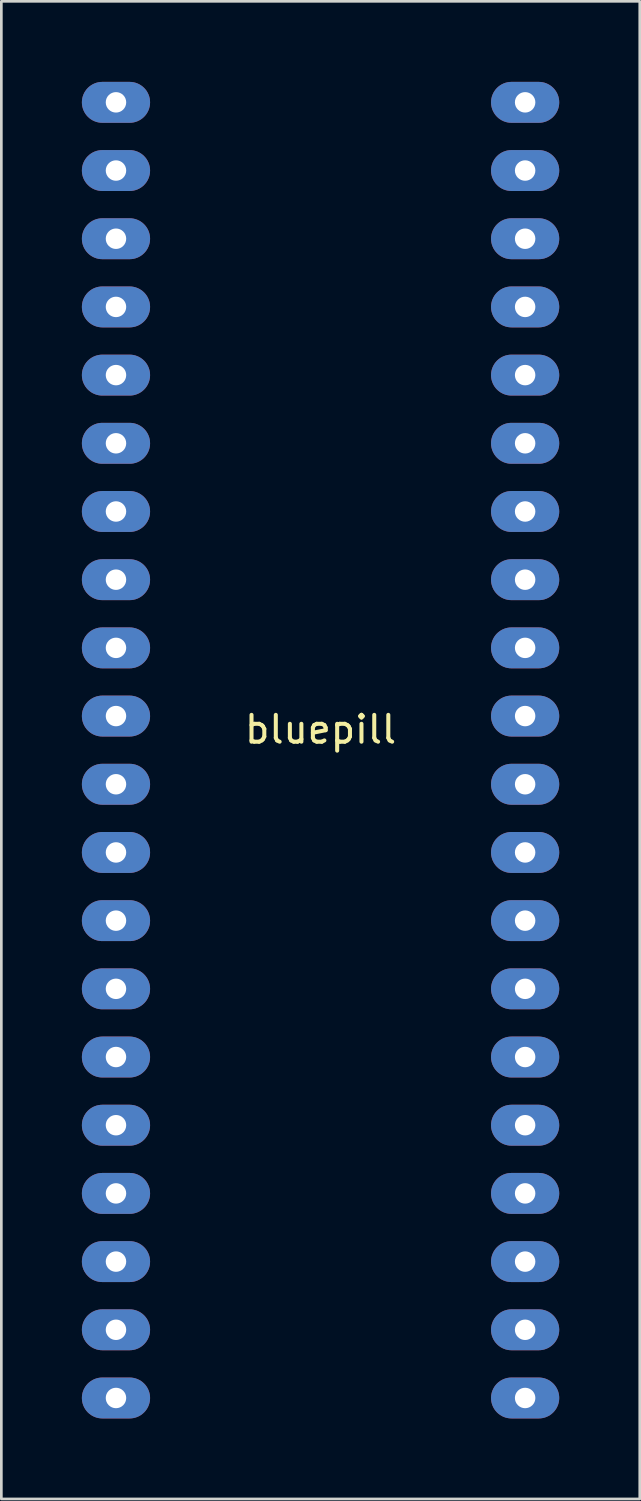
<source format=kicad_pcb>
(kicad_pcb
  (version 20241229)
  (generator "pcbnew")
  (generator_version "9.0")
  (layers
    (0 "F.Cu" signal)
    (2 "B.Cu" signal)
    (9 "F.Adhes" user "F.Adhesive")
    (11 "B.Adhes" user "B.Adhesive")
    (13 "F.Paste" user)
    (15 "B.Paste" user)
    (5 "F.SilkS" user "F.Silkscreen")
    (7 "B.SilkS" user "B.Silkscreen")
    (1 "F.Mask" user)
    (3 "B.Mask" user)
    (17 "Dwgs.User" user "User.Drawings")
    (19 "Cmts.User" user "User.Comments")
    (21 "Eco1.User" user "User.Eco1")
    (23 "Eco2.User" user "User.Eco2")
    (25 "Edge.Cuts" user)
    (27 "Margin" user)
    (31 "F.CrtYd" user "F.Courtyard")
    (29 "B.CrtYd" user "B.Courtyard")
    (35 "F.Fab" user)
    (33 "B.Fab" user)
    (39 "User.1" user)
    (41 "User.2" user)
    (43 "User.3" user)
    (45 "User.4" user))
  (footprint "bluepill"
    (layer "F.Cu")
    (at 8.89 23.622)
    (property "Reference" "bluepill" (at 0 0.5 0) (layer "F.SilkS") (effects (font (size 1 1) (thickness 0.15))))
    (attr through_hole)
    (pad "1" thru_hole oval (at -7.62 -22.86) (size 2.54 1.524) (drill 0.762) (layers "*.Cu" "*.Mask"))
    (pad "2" thru_hole oval (at -7.62 -20.32) (size 2.54 1.524) (drill 0.762) (layers "*.Cu" "*.Mask"))
    (pad "3" thru_hole oval (at -7.62 -17.78) (size 2.54 1.524) (drill 0.762) (layers "*.Cu" "*.Mask"))
    (pad "4" thru_hole oval (at -7.62 -15.24) (size 2.54 1.524) (drill 0.762) (layers "*.Cu" "*.Mask"))
    (pad "5" thru_hole oval (at -7.62 -12.7) (size 2.54 1.524) (drill 0.762) (layers "*.Cu" "*.Mask"))
    (pad "6" thru_hole oval (at -7.62 -10.16) (size 2.54 1.524) (drill 0.762) (layers "*.Cu" "*.Mask"))
    (pad "7" thru_hole oval (at -7.62 -7.62) (size 2.54 1.524) (drill 0.762) (layers "*.Cu" "*.Mask"))
    (pad "8" thru_hole oval (at -7.62 -5.08) (size 2.54 1.524) (drill 0.762) (layers "*.Cu" "*.Mask"))
    (pad "9" thru_hole oval (at -7.62 -2.54) (size 2.54 1.524) (drill 0.762) (layers "*.Cu" "*.Mask"))
    (pad "10" thru_hole oval (at -7.62 0) (size 2.54 1.524) (drill 0.762) (layers "*.Cu" "*.Mask"))
    (pad "11" thru_hole oval (at -7.62 2.54) (size 2.54 1.524) (drill 0.762) (layers "*.Cu" "*.Mask"))
    (pad "12" thru_hole oval (at -7.62 5.08) (size 2.54 1.524) (drill 0.762) (layers "*.Cu" "*.Mask"))
    (pad "13" thru_hole oval (at -7.62 7.62) (size 2.54 1.524) (drill 0.762) (layers "*.Cu" "*.Mask"))
    (pad "14" thru_hole oval (at -7.62 10.16) (size 2.54 1.524) (drill 0.762) (layers "*.Cu" "*.Mask"))
    (pad "15" thru_hole oval (at -7.62 12.7) (size 2.54 1.524) (drill 0.762) (layers "*.Cu" "*.Mask"))
    (pad "16" thru_hole oval (at -7.62 15.24) (size 2.54 1.524) (drill 0.762) (layers "*.Cu" "*.Mask"))
    (pad "17" thru_hole oval (at -7.62 17.78) (size 2.54 1.524) (drill 0.762) (layers "*.Cu" "*.Mask"))
    (pad "18" thru_hole oval (at -7.62 20.32) (size 2.54 1.524) (drill 0.762) (layers "*.Cu" "*.Mask"))
    (pad "19" thru_hole oval (at -7.62 22.86) (size 2.54 1.524) (drill 0.762) (layers "*.Cu" "*.Mask"))
    (pad "20" thru_hole oval (at -7.62 25.4) (size 2.54 1.524) (drill 0.762) (layers "*.Cu" "*.Mask"))
    (pad "21" thru_hole oval (at 7.62 25.4) (size 2.54 1.524) (drill 0.762) (layers "*.Cu" "*.Mask"))
    (pad "22" thru_hole oval (at 7.62 22.86) (size 2.54 1.524) (drill 0.762) (layers "*.Cu" "*.Mask"))
    (pad "23" thru_hole oval (at 7.62 20.32) (size 2.54 1.524) (drill 0.762) (layers "*.Cu" "*.Mask"))
    (pad "24" thru_hole oval (at 7.62 17.78) (size 2.54 1.524) (drill 0.762) (layers "*.Cu" "*.Mask"))
    (pad "25" thru_hole oval (at 7.62 15.24) (size 2.54 1.524) (drill 0.762) (layers "*.Cu" "*.Mask"))
    (pad "26" thru_hole oval (at 7.62 12.7) (size 2.54 1.524) (drill 0.762) (layers "*.Cu" "*.Mask"))
    (pad "27" thru_hole oval (at 7.62 10.16) (size 2.54 1.524) (drill 0.762) (layers "*.Cu" "*.Mask"))
    (pad "28" thru_hole oval (at 7.62 7.62) (size 2.54 1.524) (drill 0.762) (layers "*.Cu" "*.Mask"))
    (pad "29" thru_hole oval (at 7.62 5.08) (size 2.54 1.524) (drill 0.762) (layers "*.Cu" "*.Mask"))
    (pad "30" thru_hole oval (at 7.62 2.54) (size 2.54 1.524) (drill 0.762) (layers "*.Cu" "*.Mask"))
    (pad "31" thru_hole oval (at 7.62 0) (size 2.54 1.524) (drill 0.762) (layers "*.Cu" "*.Mask"))
    (pad "32" thru_hole oval (at 7.62 -2.54) (size 2.54 1.524) (drill 0.762) (layers "*.Cu" "*.Mask"))
    (pad "33" thru_hole oval (at 7.62 -5.08) (size 2.54 1.524) (drill 0.762) (layers "*.Cu" "*.Mask"))
    (pad "34" thru_hole oval (at 7.62 -7.62) (size 2.54 1.524) (drill 0.762) (layers "*.Cu" "*.Mask"))
    (pad "35" thru_hole oval (at 7.62 -10.16) (size 2.54 1.524) (drill 0.762) (layers "*.Cu" "*.Mask"))
    (pad "36" thru_hole oval (at 7.62 -12.7) (size 2.54 1.524) (drill 0.762) (layers "*.Cu" "*.Mask"))
    (pad "37" thru_hole oval (at 7.62 -15.24) (size 2.54 1.524) (drill 0.762) (layers "*.Cu" "*.Mask"))
    (pad "38" thru_hole oval (at 7.62 -17.78) (size 2.54 1.524) (drill 0.762) (layers "*.Cu" "*.Mask"))
    (pad "39" thru_hole oval (at 7.62 -20.32) (size 2.54 1.524) (drill 0.762) (layers "*.Cu" "*.Mask"))
    (pad "40" thru_hole oval (at 7.62 -22.86) (size 2.54 1.524) (drill 0.762) (layers "*.Cu" "*.Mask")))
  (gr_rect
    (start -3 -3)
    (end 20.78 52.784)
    (stroke (width 0.1) (type default))
    (fill no)
    (layer "Edge.Cuts")))
</source>
